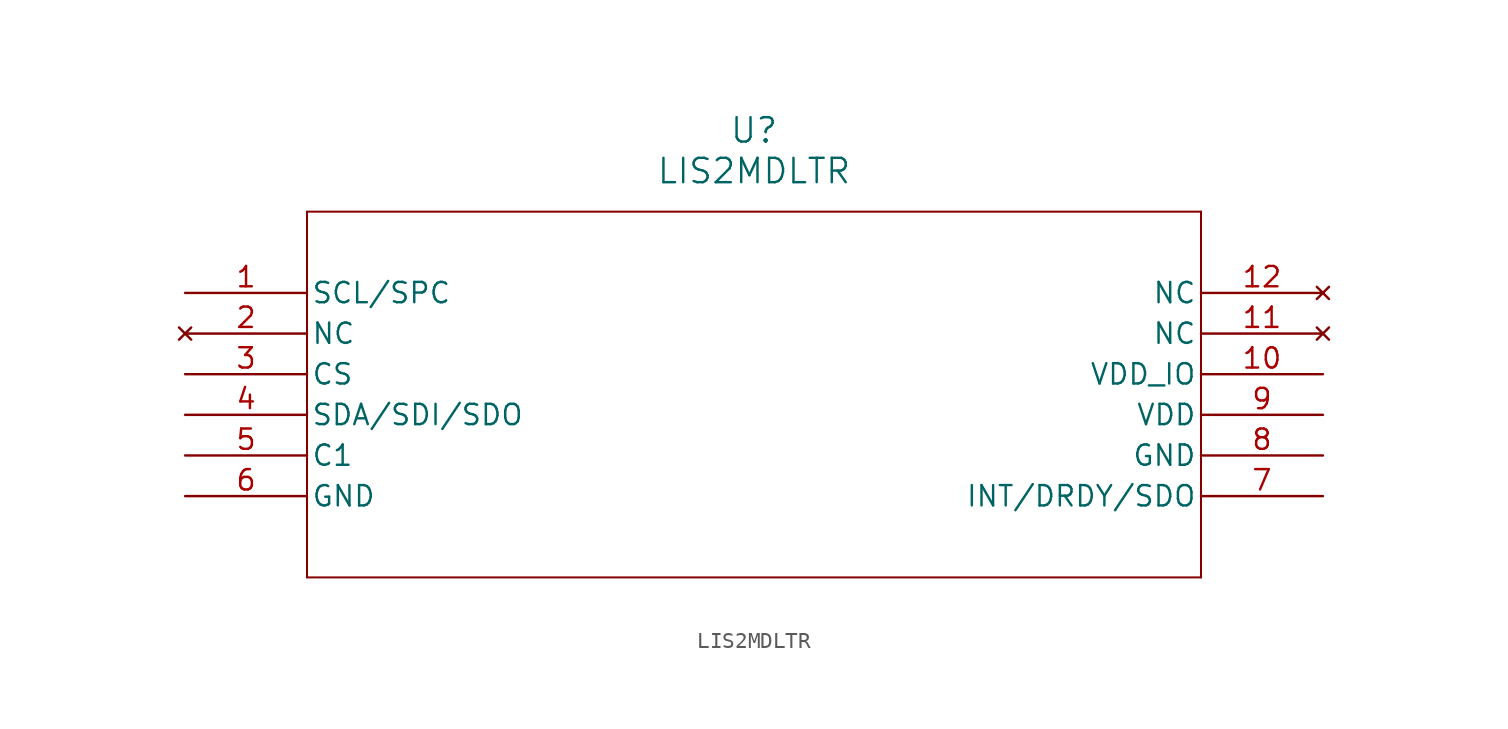
<source format=kicad_sym>
(kicad_symbol_lib
  (version 20211014)
  (generator kicad_symbol_editor)
  (symbol "LIS2MDLTR"
    (pin_names
      (offset 0.254))
    (property "Reference" "U"
      (at 35.56 10.16 0)
      (effects (font (size 1.524 1.524))))
    (property "Value" "LIS2MDLTR"
      (at 35.56 7.62 0)
      (effects (font (size 1.524 1.524))))
    (symbol "LIS2MDLTR_0_1"
      (polyline (pts (xy 7.62 5.08) (xy 7.62 -17.78)) (stroke (width 0.127) (type default) (color 0 0 0 0)) (fill (type none)))
      (polyline (pts (xy 7.62 -17.78) (xy 63.5 -17.78)) (stroke (width 0.127) (type default) (color 0 0 0 0)) (fill (type none)))
      (polyline (pts (xy 63.5 -17.78) (xy 63.5 5.08)) (stroke (width 0.127) (type default) (color 0 0 0 0)) (fill (type none)))
      (polyline (pts (xy 63.5 5.08) (xy 7.62 5.08)) (stroke (width 0.127) (type default) (color 0 0 0 0)) (fill (type none)))
      (pin bidirectional line (at 0 0 0) (length 7.62) (name "SCL/SPC" (effects (font (size 1.27 1.27)))) (number "1" (effects (font (size 1.27 1.27)))))
      (pin no_connect line (at 0 -2.54 0) (length 7.62) (name "NC" (effects (font (size 1.27 1.27)))) (number "2" (effects (font (size 1.27 1.27)))))
      (pin bidirectional line (at 0 -5.08 0) (length 7.62) (name "CS" (effects (font (size 1.27 1.27)))) (number "3" (effects (font (size 1.27 1.27)))))
      (pin bidirectional line (at 0 -7.62 0) (length 7.62) (name "SDA/SDI/SDO" (effects (font (size 1.27 1.27)))) (number "4" (effects (font (size 1.27 1.27)))))
      (pin passive line (at 0 -10.16 0) (length 7.62) (name "C1" (effects (font (size 1.27 1.27)))) (number "5" (effects (font (size 1.27 1.27)))))
      (pin passive line (at 0 -12.7 0) (length 7.62) (name "GND" (effects (font (size 1.27 1.27)))) (number "6" (effects (font (size 1.27 1.27)))))
      (pin bidirectional line (at 71.12 -12.7 180) (length 7.62) (name "INT/DRDY/SDO" (effects (font (size 1.27 1.27)))) (number "7" (effects (font (size 1.27 1.27)))))
      (pin passive line (at 71.12 -10.16 180) (length 7.62) (name "GND" (effects (font (size 1.27 1.27)))) (number "8" (effects (font (size 1.27 1.27)))))
      (pin passive line (at 71.12 -7.62 180) (length 7.62) (name "VDD" (effects (font (size 1.27 1.27)))) (number "9" (effects (font (size 1.27 1.27)))))
      (pin passive line (at 71.12 -5.08 180) (length 7.62) (name "VDD_IO" (effects (font (size 1.27 1.27)))) (number "10" (effects (font (size 1.27 1.27)))))
      (pin no_connect line (at 71.12 -2.54 180) (length 7.62) (name "NC" (effects (font (size 1.27 1.27)))) (number "11" (effects (font (size 1.27 1.27)))))
      (pin no_connect line (at 71.12 0 180) (length 7.62) (name "NC" (effects (font (size 1.27 1.27)))) (number "12" (effects (font (size 1.27 1.27))))))))
</source>
